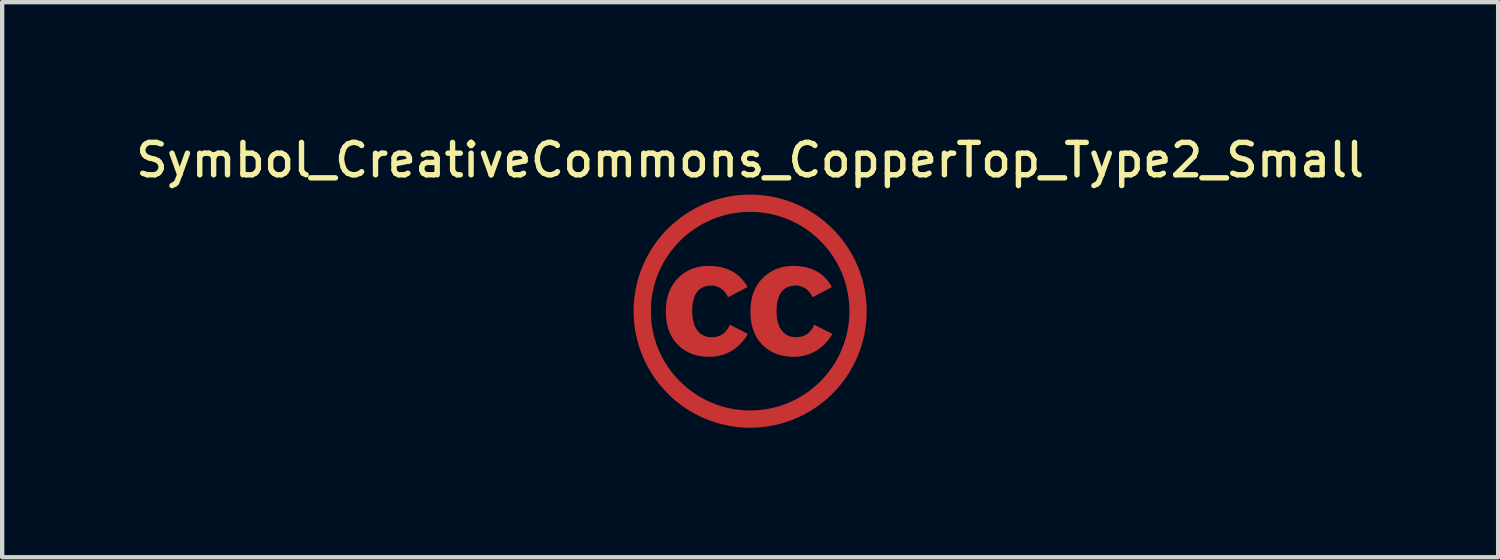
<source format=kicad_pcb>
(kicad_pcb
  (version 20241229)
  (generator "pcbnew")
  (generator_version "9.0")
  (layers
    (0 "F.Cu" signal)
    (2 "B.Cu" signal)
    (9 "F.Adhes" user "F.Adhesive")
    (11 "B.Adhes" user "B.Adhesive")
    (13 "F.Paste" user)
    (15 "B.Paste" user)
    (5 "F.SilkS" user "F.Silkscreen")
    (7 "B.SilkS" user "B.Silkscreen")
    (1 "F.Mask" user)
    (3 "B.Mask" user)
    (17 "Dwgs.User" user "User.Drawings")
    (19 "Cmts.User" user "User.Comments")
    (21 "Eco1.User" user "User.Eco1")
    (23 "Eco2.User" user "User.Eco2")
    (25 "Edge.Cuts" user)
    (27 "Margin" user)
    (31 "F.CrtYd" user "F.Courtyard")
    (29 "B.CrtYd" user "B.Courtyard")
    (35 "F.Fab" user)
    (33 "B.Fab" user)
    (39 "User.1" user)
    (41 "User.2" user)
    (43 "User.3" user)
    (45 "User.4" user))
  (footprint "Symbol_CreativeCommons_CopperTop_Type2_Small"
    (layer "F.Cu")
    (at 14.327 4.158)
    (property "Reference" "Symbol_CreativeCommons_CopperTop_Type2_Small" (at 0 -3.5 0) (layer "F.SilkS") (effects (font (size 0.75 0.75) (thickness 0.125))))
    (attr exclude_from_pos_files exclude_from_bom allow_missing_courtyard)
    (fp_circle (center 0 0) (end 2.5 0) (stroke (width 0.4) (type default)) (fill no) (layer "F.Cu"))
    (fp_poly (pts (xy -0.884 -1.046) (xy -0.809 -1.04) (xy -0.738 -1.03) (xy -0.669 -1.017) (xy -0.603 -1) (xy -0.539 -0.979) (xy -0.479 -0.954) (xy -0.421 -0.925) (xy -0.366 -0.893) (xy -0.314 -0.856) (xy -0.265 -0.816) (xy -0.218 -0.772) (xy -0.175 -0.724) (xy -0.134 -0.673) (xy -0.095 -0.617) (xy -0.06 -0.558) (xy -0.514 -0.322) (xy -0.523 -0.341) (xy -0.532 -0.358) (xy -0.542 -0.375) (xy -0.552 -0.392) (xy -0.562 -0.408) (xy -0.573 -0.423) (xy -0.583 -0.437) (xy -0.594 -0.45) (xy -0.606 -0.463) (xy -0.617 -0.476) (xy -0.629 -0.487) (xy -0.641 -0.498) (xy -0.653 -0.508) (xy -0.666 -0.517) (xy -0.679 -0.526) (xy -0.692 -0.534) (xy -0.705 -0.541) (xy -0.718 -0.548) (xy -0.731 -0.554) (xy -0.744 -0.56) (xy -0.757 -0.566) (xy -0.769 -0.57) (xy -0.782 -0.575) (xy -0.794 -0.579) (xy -0.806 -0.583) (xy -0.818 -0.586) (xy -0.83 -0.588) (xy -0.842 -0.59) (xy -0.854 -0.592) (xy -0.866 -0.593) (xy -0.877 -0.594) (xy -0.889 -0.594) (xy -0.916 -0.594) (xy -0.943 -0.592) (xy -0.97 -0.589) (xy -0.995 -0.585) (xy -1.019 -0.58) (xy -1.043 -0.573) (xy -1.065 -0.565) (xy -1.087 -0.557) (xy -1.108 -0.547) (xy -1.128 -0.536) (xy -1.147 -0.523) (xy -1.165 -0.51) (xy -1.182 -0.495) (xy -1.199 -0.48) (xy -1.214 -0.463) (xy -1.229 -0.444) (xy -1.242 -0.425) (xy -1.255 -0.405) (xy -1.267 -0.383) (xy -1.278 -0.36) (xy -1.289 -0.336) (xy -1.298 -0.311) (xy -1.306 -0.285) (xy -1.314 -0.257) (xy -1.32 -0.229) (xy -1.326 -0.199) (xy -1.331 -0.168) (xy -1.335 -0.136) (xy -1.338 -0.102) (xy -1.34 -0.068) (xy -1.342 -0.032) (xy -1.342 0.005) (xy -1.342 0.038) (xy -1.34 0.071) (xy -1.338 0.103) (xy -1.335 0.134) (xy -1.331 0.164) (xy -1.326 0.193) (xy -1.32 0.222) (xy -1.313 0.249) (xy -1.306 0.276) (xy -1.297 0.302) (xy -1.288 0.327) (xy -1.278 0.351) (xy -1.266 0.375) (xy -1.254 0.397) (xy -1.241 0.419) (xy -1.227 0.44) (xy -1.213 0.46) (xy -1.197 0.478) (xy -1.18 0.495) (xy -1.163 0.511) (xy -1.154 0.519) (xy -1.145 0.526) (xy -1.135 0.533) (xy -1.126 0.539) (xy -1.116 0.546) (xy -1.106 0.552) (xy -1.096 0.557) (xy -1.085 0.562) (xy -1.064 0.572) (xy -1.041 0.58) (xy -1.018 0.587) (xy -0.994 0.593) (xy -0.969 0.598) (xy -0.943 0.601) (xy -0.916 0.603) (xy -0.889 0.603) (xy -0.852 0.602) (xy -0.817 0.599) (xy -0.784 0.593) (xy -0.751 0.585) (xy -0.72 0.575) (xy -0.691 0.562) (xy -0.663 0.548) (xy -0.636 0.531) (xy -0.611 0.511) (xy -0.587 0.49) (xy -0.564 0.466) (xy -0.543 0.44) (xy -0.523 0.412) (xy -0.504 0.381) (xy -0.487 0.348) (xy -0.471 0.313) (xy -0.054 0.525) (xy -0.071 0.555) (xy -0.089 0.585) (xy -0.107 0.614) (xy -0.127 0.642) (xy -0.147 0.669) (xy -0.168 0.696) (xy -0.19 0.721) (xy -0.213 0.746) (xy -0.236 0.77) (xy -0.26 0.793) (xy -0.285 0.816) (xy -0.311 0.837) (xy -0.338 0.858) (xy -0.366 0.878) (xy -0.394 0.897) (xy -0.423 0.915) (xy -0.453 0.932) (xy -0.483 0.948) (xy -0.513 0.963) (xy -0.544 0.977) (xy -0.575 0.99) (xy -0.606 1.001) (xy -0.638 1.012) (xy -0.671 1.021) (xy -0.703 1.03) (xy -0.737 1.037) (xy -0.77 1.043) (xy -0.804 1.048) (xy -0.838 1.052) (xy -0.873 1.055) (xy -0.908 1.056) (xy -0.943 1.057) (xy -0.999 1.056) (xy -1.054 1.053) (xy -1.107 1.047) (xy -1.159 1.04) (xy -1.209 1.03) (xy -1.258 1.018) (xy -1.306 1.004) (xy -1.353 0.987) (xy -1.398 0.969) (xy -1.441 0.948) (xy -1.484 0.925) (xy -1.525 0.9) (xy -1.564 0.873) (xy -1.603 0.844) (xy -1.639 0.812) (xy -1.675 0.779) (xy -1.708 0.743) (xy -1.74 0.706) (xy -1.769 0.667) (xy -1.796 0.626) (xy -1.821 0.584) (xy -1.844 0.539) (xy -1.865 0.494) (xy -1.883 0.446) (xy -1.9 0.397) (xy -1.914 0.346) (xy -1.926 0.293) (xy -1.936 0.239) (xy -1.943 0.183) (xy -1.949 0.125) (xy -1.952 0.066) (xy -1.953 0.005) (xy -1.952 -0.055) (xy -1.949 -0.113) (xy -1.943 -0.17) (xy -1.935 -0.225) (xy -1.925 -0.278) (xy -1.913 -0.33) (xy -1.899 -0.38) (xy -1.883 -0.429) (xy -1.864 -0.476) (xy -1.843 -0.522) (xy -1.82 -0.566) (xy -1.795 -0.609) (xy -1.767 -0.65) (xy -1.738 -0.689) (xy -1.706 -0.727) (xy -1.672 -0.763) (xy -1.636 -0.798) (xy -1.599 -0.83) (xy -1.561 -0.86) (xy -1.522 -0.888) (xy -1.482 -0.913) (xy -1.44 -0.937) (xy -1.397 -0.958) (xy -1.353 -0.977) (xy -1.308 -0.993) (xy -1.262 -1.008) (xy -1.215 -1.02) (xy -1.167 -1.03) (xy -1.117 -1.038) (xy -1.066 -1.043) (xy -1.014 -1.047) (xy -0.961 -1.048)) (stroke (width 0) (type solid)) (fill yes) (layer "F.Cu"))
    (fp_poly (pts (xy 1.076 -1.046) (xy 1.15 -1.04) (xy 1.221 -1.03) (xy 1.29 -1.017) (xy 1.356 -1) (xy 1.419 -0.979) (xy 1.479 -0.954) (xy 1.537 -0.925) (xy 1.591 -0.893) (xy 1.643 -0.856) (xy 1.692 -0.816) (xy 1.738 -0.772) (xy 1.781 -0.724) (xy 1.821 -0.673) (xy 1.859 -0.617) (xy 1.893 -0.558) (xy 1.893 -0.558) (xy 1.446 -0.322) (xy 1.437 -0.341) (xy 1.427 -0.358) (xy 1.418 -0.375) (xy 1.408 -0.392) (xy 1.397 -0.408) (xy 1.387 -0.423) (xy 1.376 -0.437) (xy 1.365 -0.45) (xy 1.354 -0.463) (xy 1.342 -0.476) (xy 1.33 -0.487) (xy 1.318 -0.498) (xy 1.306 -0.508) (xy 1.293 -0.517) (xy 1.281 -0.526) (xy 1.267 -0.534) (xy 1.254 -0.541) (xy 1.241 -0.548) (xy 1.228 -0.554) (xy 1.215 -0.56) (xy 1.202 -0.566) (xy 1.189 -0.57) (xy 1.176 -0.575) (xy 1.164 -0.579) (xy 1.151 -0.583) (xy 1.139 -0.586) (xy 1.126 -0.588) (xy 1.114 -0.59) (xy 1.101 -0.592) (xy 1.089 -0.593) (xy 1.077 -0.594) (xy 1.065 -0.594) (xy 1.037 -0.594) (xy 1.01 -0.592) (xy 0.984 -0.589) (xy 0.959 -0.585) (xy 0.934 -0.58) (xy 0.911 -0.573) (xy 0.888 -0.565) (xy 0.866 -0.557) (xy 0.846 -0.547) (xy 0.826 -0.536) (xy 0.807 -0.523) (xy 0.788 -0.51) (xy 0.771 -0.495) (xy 0.755 -0.48) (xy 0.739 -0.463) (xy 0.725 -0.444) (xy 0.711 -0.425) (xy 0.698 -0.405) (xy 0.686 -0.383) (xy 0.675 -0.36) (xy 0.665 -0.336) (xy 0.656 -0.311) (xy 0.647 -0.285) (xy 0.64 -0.257) (xy 0.633 -0.229) (xy 0.627 -0.199) (xy 0.622 -0.168) (xy 0.618 -0.136) (xy 0.615 -0.102) (xy 0.613 -0.068) (xy 0.612 -0.032) (xy 0.611 0.005) (xy 0.612 0.038) (xy 0.613 0.071) (xy 0.615 0.103) (xy 0.618 0.134) (xy 0.622 0.164) (xy 0.627 0.193) (xy 0.633 0.222) (xy 0.64 0.249) (xy 0.648 0.276) (xy 0.656 0.302) (xy 0.666 0.327) (xy 0.676 0.351) (xy 0.687 0.375) (xy 0.699 0.397) (xy 0.712 0.419) (xy 0.726 0.44) (xy 0.741 0.46) (xy 0.757 0.478) (xy 0.773 0.495) (xy 0.782 0.504) (xy 0.79 0.511) (xy 0.799 0.519) (xy 0.809 0.526) (xy 0.818 0.533) (xy 0.828 0.539) (xy 0.837 0.546) (xy 0.847 0.552) (xy 0.858 0.557) (xy 0.868 0.562) (xy 0.89 0.572) (xy 0.912 0.58) (xy 0.936 0.587) (xy 0.96 0.593) (xy 0.985 0.598) (xy 1.011 0.601) (xy 1.037 0.603) (xy 1.065 0.603) (xy 1.101 0.602) (xy 1.136 0.599) (xy 1.17 0.593) (xy 1.202 0.585) (xy 1.233 0.575) (xy 1.262 0.562) (xy 1.291 0.548) (xy 1.317 0.531) (xy 1.343 0.511) (xy 1.367 0.49) (xy 1.389 0.466) (xy 1.411 0.44) (xy 1.431 0.412) (xy 1.449 0.381) (xy 1.466 0.348) (xy 1.482 0.313) (xy 1.905 0.525) (xy 1.888 0.555) (xy 1.869 0.585) (xy 1.85 0.614) (xy 1.83 0.642) (xy 1.809 0.669) (xy 1.787 0.696) (xy 1.765 0.721) (xy 1.742 0.746) (xy 1.718 0.77) (xy 1.694 0.793) (xy 1.668 0.816) (xy 1.642 0.837) (xy 1.616 0.858) (xy 1.588 0.878) (xy 1.56 0.897) (xy 1.531 0.915) (xy 1.501 0.932) (xy 1.471 0.948) (xy 1.441 0.963) (xy 1.41 0.977) (xy 1.379 0.99) (xy 1.348 1.001) (xy 1.316 1.012) (xy 1.284 1.021) (xy 1.252 1.03) (xy 1.219 1.037) (xy 1.186 1.043) (xy 1.153 1.048) (xy 1.119 1.052) (xy 1.085 1.055) (xy 1.051 1.056) (xy 1.017 1.057) (xy 0.96 1.056) (xy 0.905 1.053) (xy 0.851 1.047) (xy 0.798 1.04) (xy 0.747 1.03) (xy 0.698 1.018) (xy 0.65 1.004) (xy 0.603 0.987) (xy 0.558 0.969) (xy 0.514 0.948) (xy 0.472 0.925) (xy 0.431 0.9) (xy 0.392 0.873) (xy 0.354 0.844) (xy 0.317 0.812) (xy 0.282 0.779) (xy 0.249 0.743) (xy 0.217 0.706) (xy 0.188 0.667) (xy 0.161 0.626) (xy 0.137 0.584) (xy 0.114 0.539) (xy 0.094 0.494) (xy 0.075 0.446) (xy 0.059 0.397) (xy 0.045 0.346) (xy 0.033 0.293) (xy 0.024 0.239) (xy 0.016 0.183) (xy 0.011 0.125) (xy 0.008 0.066) (xy 0.007 0.005) (xy 0.008 -0.055) (xy 0.011 -0.113) (xy 0.016 -0.17) (xy 0.024 -0.225) (xy 0.034 -0.278) (xy 0.046 -0.33) (xy 0.06 -0.38) (xy 0.077 -0.429) (xy 0.096 -0.476) (xy 0.116 -0.522) (xy 0.139 -0.566) (xy 0.165 -0.609) (xy 0.192 -0.65) (xy 0.222 -0.689) (xy 0.254 -0.727) (xy 0.288 -0.763) (xy 0.324 -0.798) (xy 0.36 -0.83) (xy 0.398 -0.86) (xy 0.438 -0.888) (xy 0.478 -0.913) (xy 0.52 -0.937) (xy 0.562 -0.958) (xy 0.606 -0.977) (xy 0.651 -0.993) (xy 0.697 -1.008) (xy 0.744 -1.02) (xy 0.793 -1.03) (xy 0.843 -1.038) (xy 0.893 -1.043) (xy 0.945 -1.047) (xy 0.998 -1.048)) (stroke (width 0) (type solid)) (fill yes) (layer "F.Cu")))
  (gr_rect
    (start -3 -3)
    (end 31.654 9.858)
    (stroke (width 0.1) (type default))
    (fill no)
    (layer "Edge.Cuts")))
</source>
